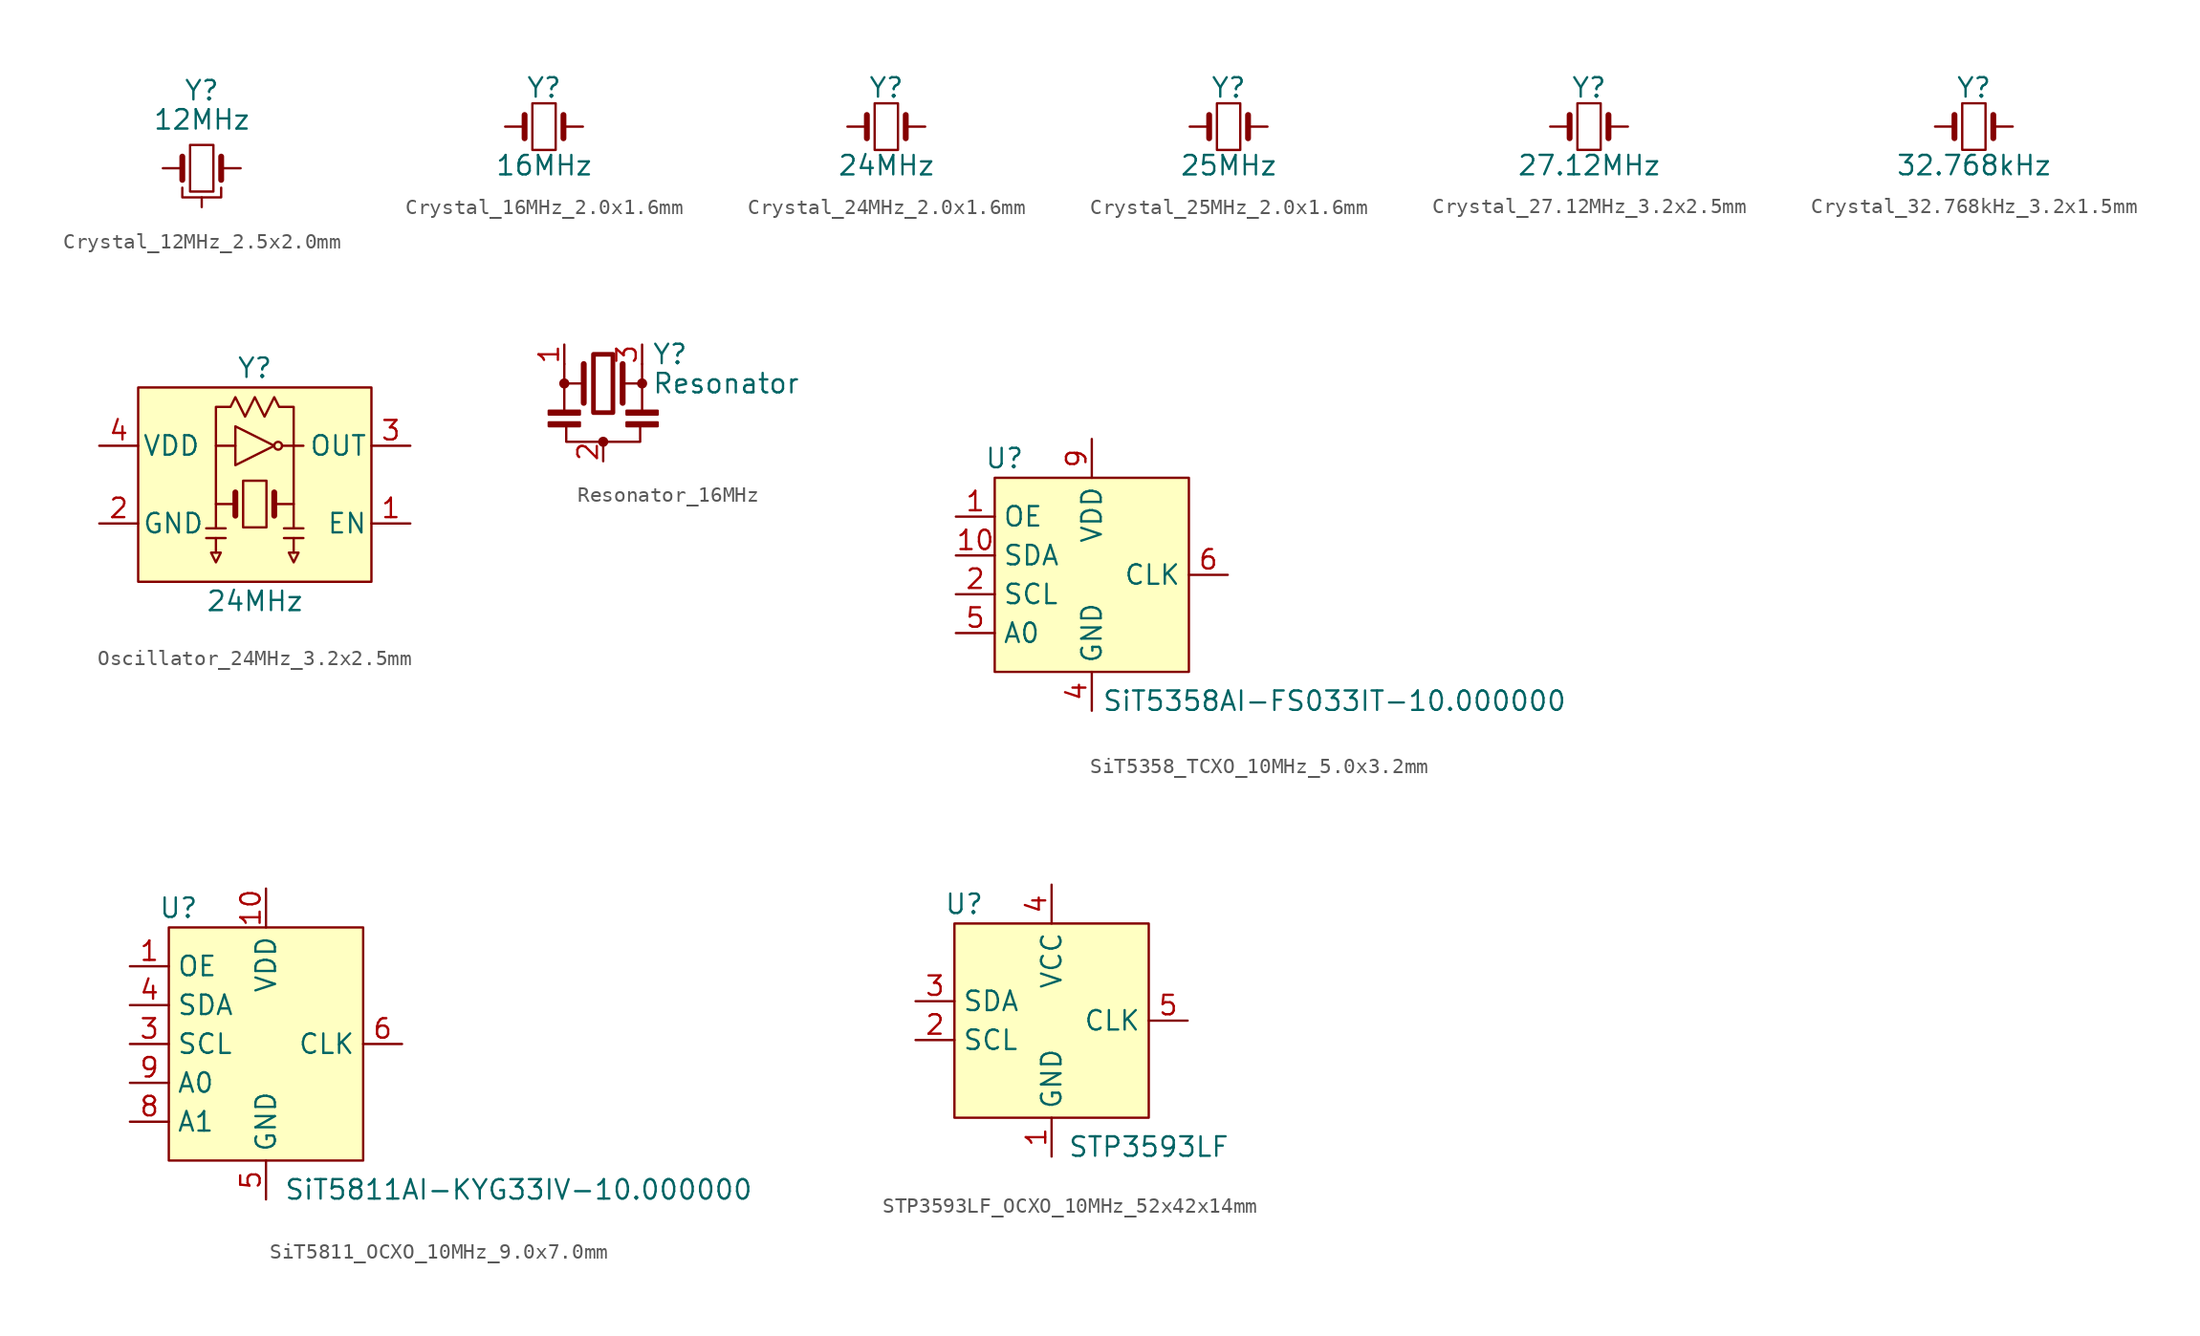
<source format=kicad_sym>
(kicad_symbol_lib
  (version 20241209)
  (generator "kicad_symbol_editor")
  (generator_version "9.0")
  (symbol "Crystal_12MHz_2.5x2.0mm"
    (pin_numbers
      (hide yes))
    (pin_names
      (offset 1.016)
      (hide yes))
    (property "Reference" "Y"
      (at 0 5.08 0)
      (effects (font (size 1.27 1.27))))
    (property "Value" "12MHz"
      (at 0 3.175 0)
      (effects (font (size 1.27 1.27))))
    (symbol "Crystal_12MHz_2.5x2.0mm_0_1"
      (polyline (pts (xy -1.27 -0.762) (xy -1.27 0.762)) (stroke (width 0.381) (type default)) (fill (type none)))
      (polyline (pts (xy -1.27 -1.27) (xy -1.27 -1.905) (xy 1.27 -1.905) (xy 1.27 -1.27)) (stroke (width 0) (type default)) (fill (type none)))
      (rectangle (start -0.762 1.524) (end 0.762 -1.524) (stroke (width 0) (type default)) (fill (type none)))
      (polyline (pts (xy 1.27 -0.762) (xy 1.27 0.762)) (stroke (width 0.381) (type default)) (fill (type none))))
    (symbol "Crystal_12MHz_2.5x2.0mm_1_1"
      (pin passive line (at -2.54 0 0) (length 1.27) (name "1" (effects (font (size 1.27 1.27)))) (number "1" (effects (font (size 0.762 0.762)))))
      (pin passive line (at 0 -2.54 90) (length 0.635) (name "2" (effects (font (size 1.27 1.27)))) (number "2" (effects (font (size 0.762 0.762)))))
      (pin passive line (at 0 -2.54 90) (length 0.635) (hide yes) (name "4" (effects (font (size 1.27 1.27)))) (number "4" (effects (font (size 0.762 0.762)))))
      (pin passive line (at 2.54 0 180) (length 1.27) (name "3" (effects (font (size 1.27 1.27)))) (number "3" (effects (font (size 0.762 0.762)))))))
  (symbol "Crystal_16MHz_2.0x1.6mm"
    (pin_numbers
      (hide yes))
    (pin_names
      (offset 1.016)
      (hide yes))
    (property "Reference" "Y"
      (at 0 2.54 0)
      (effects (font (size 1.27 1.27))))
    (property "Value" "16MHz"
      (at 0 -2.54 0)
      (effects (font (size 1.27 1.27))))
    (symbol "Crystal_16MHz_2.0x1.6mm_0_1"
      (polyline (pts (xy -1.27 -0.762) (xy -1.27 0.762)) (stroke (width 0.381) (type default)) (fill (type none)))
      (rectangle (start -0.762 -1.524) (end 0.762 1.524) (stroke (width 0) (type default)) (fill (type none)))
      (polyline (pts (xy 1.27 -0.762) (xy 1.27 0.762)) (stroke (width 0.381) (type default)) (fill (type none))))
    (symbol "Crystal_16MHz_2.0x1.6mm_1_1"
      (pin no_connect line (at -2.54 2.54 0) (length 1.27) (hide yes) (name "NC1" (effects (font (size 1.27 1.27)))) (number "NC1" (effects (font (size 1.27 1.27)))))
      (pin passive line (at -2.54 0 0) (length 1.27) (name "1" (effects (font (size 1.27 1.27)))) (number "1" (effects (font (size 1.27 1.27)))))
      (pin no_connect line (at 2.54 2.54 180) (length 1.27) (hide yes) (name "NC2" (effects (font (size 1.27 1.27)))) (number "NC2" (effects (font (size 1.27 1.27)))))
      (pin passive line (at 2.54 0 180) (length 1.27) (name "2" (effects (font (size 1.27 1.27)))) (number "2" (effects (font (size 1.27 1.27)))))))
  (symbol "Crystal_24MHz_2.0x1.6mm"
    (pin_numbers
      (hide yes))
    (pin_names
      (offset 1.016)
      (hide yes))
    (property "Reference" "Y"
      (at 0 2.54 0)
      (effects (font (size 1.27 1.27))))
    (property "Value" "24MHz"
      (at 0 -2.54 0)
      (effects (font (size 1.27 1.27))))
    (symbol "Crystal_24MHz_2.0x1.6mm_0_1"
      (polyline (pts (xy -1.27 -0.762) (xy -1.27 0.762)) (stroke (width 0.381) (type default)) (fill (type none)))
      (rectangle (start -0.762 -1.524) (end 0.762 1.524) (stroke (width 0) (type default)) (fill (type none)))
      (polyline (pts (xy 1.27 -0.762) (xy 1.27 0.762)) (stroke (width 0.381) (type default)) (fill (type none))))
    (symbol "Crystal_24MHz_2.0x1.6mm_1_1"
      (pin no_connect line (at -2.54 2.54 0) (length 1.27) (hide yes) (name "NC1" (effects (font (size 1.27 1.27)))) (number "NC1" (effects (font (size 1.27 1.27)))))
      (pin passive line (at -2.54 0 0) (length 1.27) (name "1" (effects (font (size 1.27 1.27)))) (number "1" (effects (font (size 1.27 1.27)))))
      (pin no_connect line (at 2.54 2.54 180) (length 1.27) (hide yes) (name "NC2" (effects (font (size 1.27 1.27)))) (number "NC2" (effects (font (size 1.27 1.27)))))
      (pin passive line (at 2.54 0 180) (length 1.27) (name "2" (effects (font (size 1.27 1.27)))) (number "2" (effects (font (size 1.27 1.27)))))))
  (symbol "Crystal_25MHz_2.0x1.6mm"
    (pin_numbers
      (hide yes))
    (pin_names
      (offset 1.016)
      (hide yes))
    (property "Reference" "Y"
      (at 0 2.54 0)
      (effects (font (size 1.27 1.27))))
    (property "Value" "25MHz"
      (at 0 -2.54 0)
      (effects (font (size 1.27 1.27))))
    (symbol "Crystal_25MHz_2.0x1.6mm_0_1"
      (polyline (pts (xy -1.27 -0.762) (xy -1.27 0.762)) (stroke (width 0.381) (type default)) (fill (type none)))
      (rectangle (start -0.762 -1.524) (end 0.762 1.524) (stroke (width 0) (type default)) (fill (type none)))
      (polyline (pts (xy 1.27 -0.762) (xy 1.27 0.762)) (stroke (width 0.381) (type default)) (fill (type none))))
    (symbol "Crystal_25MHz_2.0x1.6mm_1_1"
      (pin no_connect line (at -2.54 2.54 0) (length 1.27) (hide yes) (name "NC1" (effects (font (size 1.27 1.27)))) (number "NC1" (effects (font (size 1.27 1.27)))))
      (pin passive line (at -2.54 0 0) (length 1.27) (name "1" (effects (font (size 1.27 1.27)))) (number "1" (effects (font (size 1.27 1.27)))))
      (pin no_connect line (at 2.54 2.54 180) (length 1.27) (hide yes) (name "NC2" (effects (font (size 1.27 1.27)))) (number "NC2" (effects (font (size 1.27 1.27)))))
      (pin passive line (at 2.54 0 180) (length 1.27) (name "2" (effects (font (size 1.27 1.27)))) (number "2" (effects (font (size 1.27 1.27)))))))
  (symbol "Crystal_27.12MHz_3.2x2.5mm"
    (pin_numbers
      (hide yes))
    (pin_names
      (offset 1.016)
      (hide yes))
    (property "Reference" "Y"
      (at 0 2.54 0)
      (effects (font (size 1.27 1.27))))
    (property "Value" "27.12MHz"
      (at 0 -2.54 0)
      (effects (font (size 1.27 1.27))))
    (symbol "Crystal_27.12MHz_3.2x2.5mm_0_1"
      (polyline (pts (xy -1.27 -0.762) (xy -1.27 0.762)) (stroke (width 0.381) (type default)) (fill (type none)))
      (rectangle (start -0.762 -1.524) (end 0.762 1.524) (stroke (width 0) (type default)) (fill (type none)))
      (polyline (pts (xy 1.27 -0.762) (xy 1.27 0.762)) (stroke (width 0.381) (type default)) (fill (type none))))
    (symbol "Crystal_27.12MHz_3.2x2.5mm_1_1"
      (pin passive line (at -2.54 0 0) (length 1.27) (name "1" (effects (font (size 1.27 1.27)))) (number "1" (effects (font (size 1.27 1.27)))))
      (pin passive line (at 2.54 0 180) (length 1.27) (name "2" (effects (font (size 1.27 1.27)))) (number "2" (effects (font (size 1.27 1.27)))))))
  (symbol "Crystal_32.768kHz_3.2x1.5mm"
    (pin_numbers
      (hide yes))
    (pin_names
      (offset 1.016)
      (hide yes))
    (property "Reference" "Y"
      (at 0 2.54 0)
      (effects (font (size 1.27 1.27))))
    (property "Value" "32.768kHz"
      (at 0 -2.54 0)
      (effects (font (size 1.27 1.27))))
    (symbol "Crystal_32.768kHz_3.2x1.5mm_0_1"
      (polyline (pts (xy -1.27 -0.762) (xy -1.27 0.762)) (stroke (width 0.381) (type default)) (fill (type none)))
      (rectangle (start -0.762 -1.524) (end 0.762 1.524) (stroke (width 0) (type default)) (fill (type none)))
      (polyline (pts (xy 1.27 -0.762) (xy 1.27 0.762)) (stroke (width 0.381) (type default)) (fill (type none))))
    (symbol "Crystal_32.768kHz_3.2x1.5mm_1_1"
      (pin passive line (at -2.54 0 0) (length 1.27) (name "1" (effects (font (size 1.27 1.27)))) (number "1" (effects (font (size 1.27 1.27)))))
      (pin passive line (at 2.54 0 180) (length 1.27) (name "2" (effects (font (size 1.27 1.27)))) (number "2" (effects (font (size 1.27 1.27)))))))
  (symbol "Oscillator_24MHz_3.2x2.5mm"
    (pin_names
      (offset 0.254))
    (property "Reference" "Y"
      (at 0 7.62 0)
      (effects (font (size 1.27 1.27))))
    (property "Value" "24MHz"
      (at 0 -7.62 0)
      (effects (font (size 1.27 1.27))))
    (symbol "Oscillator_24MHz_3.2x2.5mm_0_1"
      (polyline (pts (xy -3.175 -2.857) (xy -1.905 -2.857)) (stroke (width 0) (type default)) (fill (type none)))
      (polyline (pts (xy -2.857 -4.445) (xy -2.223 -4.445) (xy -2.54 -5.08) (xy -2.857 -4.445)) (stroke (width 0) (type default)) (fill (type none)))
      (polyline (pts (xy -2.54 2.54) (xy -2.54 5.08) (xy -1.587 5.08) (xy -1.27 5.715) (xy -0.635 4.445) (xy 0 5.715) (xy 0.635 4.445) (xy 1.27 5.715) (xy 1.587 5.08) (xy 2.54 5.08) (xy 2.54 2.54)) (stroke (width 0) (type default)) (fill (type none)))
      (polyline (pts (xy -2.54 -1.27) (xy -2.54 -2.857)) (stroke (width 0) (type default)) (fill (type none)))
      (polyline (pts (xy -2.54 -4.445) (xy -2.54 -3.493)) (stroke (width 0) (type default)) (fill (type none)))
      (polyline (pts (xy -1.905 -3.493) (xy -3.175 -3.493)) (stroke (width 0) (type default)) (fill (type none)))
      (polyline (pts (xy -1.27 1.27) (xy -1.27 3.81) (xy 1.27 2.54) (xy -1.27 1.27)) (stroke (width 0) (type default)) (fill (type none)))
      (polyline (pts (xy -1.27 -1.27) (xy -2.54 -1.27) (xy -2.54 2.54) (xy -1.27 2.54)) (stroke (width 0) (type default)) (fill (type none)))
      (polyline (pts (xy -1.27 -2.032) (xy -1.27 -0.508)) (stroke (width 0.381) (type default)) (fill (type none)))
      (rectangle (start -0.762 0.254) (end 0.762 -2.794) (stroke (width 0) (type default)) (fill (type none)))
      (polyline (pts (xy 1.27 -2.032) (xy 1.27 -0.508)) (stroke (width 0.381) (type default)) (fill (type none)))
      (circle (center 1.524 2.54) (radius 0.254) (stroke (width 0) (type default)) (fill (type none)))
      (polyline (pts (xy 1.778 2.54) (xy 2.54 2.54) (xy 2.54 -1.27) (xy 1.27 -1.27)) (stroke (width 0) (type default)) (fill (type none)))
      (polyline (pts (xy 1.905 -2.857) (xy 3.175 -2.857)) (stroke (width 0) (type default)) (fill (type none)))
      (polyline (pts (xy 2.223 -4.445) (xy 2.857 -4.445) (xy 2.54 -5.08) (xy 2.223 -4.445)) (stroke (width 0) (type default)) (fill (type none)))
      (polyline (pts (xy 2.54 2.54) (xy 3.175 2.54)) (stroke (width 0) (type default)) (fill (type none)))
      (polyline (pts (xy 2.54 -1.27) (xy 2.54 -2.857)) (stroke (width 0) (type default)) (fill (type none)))
      (polyline (pts (xy 2.54 -4.445) (xy 2.54 -3.493)) (stroke (width 0) (type default)) (fill (type none)))
      (polyline (pts (xy 3.175 -3.493) (xy 1.905 -3.493)) (stroke (width 0) (type default)) (fill (type none))))
    (symbol "Oscillator_24MHz_3.2x2.5mm_1_1"
      (rectangle (start -7.62 6.35) (end 7.62 -6.35) (stroke (width 0) (type default)) (fill (type background)))
      (pin passive line (at -10.16 2.54 0) (length 2.54) (name "VDD" (effects (font (size 1.27 1.27)))) (number "4" (effects (font (size 1.27 1.27)))))
      (pin passive line (at -10.16 -2.54 0) (length 2.54) (name "GND" (effects (font (size 1.27 1.27)))) (number "2" (effects (font (size 1.27 1.27)))))
      (pin passive line (at 10.16 2.54 180) (length 2.54) (name "OUT" (effects (font (size 1.27 1.27)))) (number "3" (effects (font (size 1.27 1.27)))))
      (pin passive line (at 10.16 -2.54 180) (length 2.54) (name "EN" (effects (font (size 1.27 1.27)))) (number "1" (effects (font (size 1.27 1.27)))))))
  (symbol "Resonator_16MHz"
    (pin_names
      (offset 1.016)
      (hide yes))
    (property "Reference" "Y"
      (at 3.175 1.905 0)
      (effects (font (size 1.27 1.27)) (justify left)))
    (property "Value" "Resonator"
      (at 3.175 0 0)
      (effects (font (size 1.27 1.27)) (justify left)))
    (symbol "Resonator_16MHz_0_1"
      (rectangle (start -3.556 -1.778) (end -1.524 -2.032) (stroke (width 0) (type default)) (fill (type outline)))
      (rectangle (start -3.556 -2.54) (end -1.524 -2.794) (stroke (width 0) (type default)) (fill (type outline)))
      (polyline (pts (xy -2.54 1.27) (xy -2.54 0)) (stroke (width 0) (type default)) (fill (type none)))
      (circle (center -2.54 0) (radius 0.254) (stroke (width 0) (type default)) (fill (type outline)))
      (polyline (pts (xy -2.54 0) (xy -1.397 0)) (stroke (width 0) (type default)) (fill (type none)))
      (polyline (pts (xy -2.54 -1.778) (xy -2.54 0)) (stroke (width 0) (type default)) (fill (type none)))
      (polyline (pts (xy -1.27 -1.27) (xy -1.27 1.27)) (stroke (width 0.381) (type default)) (fill (type none)))
      (rectangle (start -0.635 1.905) (end 0.635 -1.905) (stroke (width 0.305) (type default)) (fill (type none)))
      (circle (center 0 -3.81) (radius 0.254) (stroke (width 0) (type default)) (fill (type outline)))
      (polyline (pts (xy 1.27 0) (xy 2.54 0)) (stroke (width 0) (type default)) (fill (type none)))
      (polyline (pts (xy 1.27 -1.27) (xy 1.27 1.27)) (stroke (width 0.381) (type default)) (fill (type none)))
      (rectangle (start 1.524 -1.778) (end 3.556 -2.032) (stroke (width 0) (type default)) (fill (type outline)))
      (rectangle (start 1.524 -2.54) (end 3.556 -2.794) (stroke (width 0) (type default)) (fill (type outline)))
      (polyline (pts (xy 2.413 -2.794) (xy 2.413 -3.81) (xy -2.413 -3.81) (xy -2.413 -2.667)) (stroke (width 0) (type default)) (fill (type none)))
      (polyline (pts (xy 2.54 1.27) (xy 2.54 0)) (stroke (width 0) (type default)) (fill (type none)))
      (polyline (pts (xy 2.54 0) (xy 2.54 -1.778)) (stroke (width 0) (type default)) (fill (type none)))
      (circle (center 2.54 0) (radius 0.254) (stroke (width 0) (type default)) (fill (type outline))))
    (symbol "Resonator_16MHz_1_1"
      (pin passive line (at -2.54 2.54 270) (length 1.27) (name "1" (effects (font (size 1.27 1.27)))) (number "1" (effects (font (size 1.27 1.27)))))
      (pin passive line (at 0 -5.08 90) (length 1.27) (name "2" (effects (font (size 1.27 1.27)))) (number "2" (effects (font (size 1.27 1.27)))))
      (pin passive line (at 2.54 2.54 270) (length 1.27) (name "3" (effects (font (size 1.27 1.27)))) (number "3" (effects (font (size 1.27 1.27)))))))
  (symbol "SiT5358_TCXO_10MHz_5.0x3.2mm"
    (property "Reference" "U"
      (at -5.715 7.62 0)
      (effects (font (size 1.27 1.27))))
    (property "Value" "SiT5358AI-FS033IT-10.000000"
      (at 15.875 -8.255 0)
      (effects (font (size 1.27 1.27))))
    (symbol "SiT5358_TCXO_10MHz_5.0x3.2mm_1_1"
      (rectangle (start -6.35 6.35) (end 6.35 -6.35) (stroke (width 0) (type default)) (fill (type background)))
      (pin input line (at -8.89 3.81 0) (length 2.54) (name "OE" (effects (font (size 1.27 1.27)))) (number "1" (effects (font (size 1.27 1.27)))))
      (pin bidirectional line (at -8.89 1.27 0) (length 2.54) (name "SDA" (effects (font (size 1.27 1.27)))) (number "10" (effects (font (size 1.27 1.27)))))
      (pin bidirectional line (at -8.89 -1.27 0) (length 2.54) (name "SCL" (effects (font (size 1.27 1.27)))) (number "2" (effects (font (size 1.27 1.27)))))
      (pin input line (at -8.89 -3.81 0) (length 2.54) (name "A0" (effects (font (size 1.27 1.27)))) (number "5" (effects (font (size 1.27 1.27)))))
      (pin no_connect line (at -8.255 13.97 0) (length 2.54) (hide yes) (name "NC" (effects (font (size 1.27 1.27)))) (number "8" (effects (font (size 1.27 1.27)))))
      (pin no_connect line (at -8.255 11.43 0) (length 2.54) (hide yes) (name "NC" (effects (font (size 1.27 1.27)))) (number "7" (effects (font (size 1.27 1.27)))))
      (pin no_connect line (at -8.255 8.89 0) (length 2.54) (hide yes) (name "NC" (effects (font (size 1.27 1.27)))) (number "3" (effects (font (size 1.27 1.27)))))
      (pin power_in line (at 0 8.89 270) (length 2.54) (name "VDD" (effects (font (size 1.27 1.27)))) (number "9" (effects (font (size 1.27 1.27)))))
      (pin power_in line (at 0 -8.89 90) (length 2.54) (name "GND" (effects (font (size 1.27 1.27)))) (number "4" (effects (font (size 1.27 1.27)))))
      (pin output line (at 8.89 0 180) (length 2.54) (name "CLK" (effects (font (size 1.27 1.27)))) (number "6" (effects (font (size 1.27 1.27)))))))
  (symbol "SiT5811_OCXO_10MHz_9.0x7.0mm"
    (property "Reference" "U"
      (at -5.715 8.89 0)
      (effects (font (size 1.27 1.27))))
    (property "Value" "SiT5811AI-KYG33IV-10.000000"
      (at 16.51 -9.525 0)
      (effects (font (size 1.27 1.27))))
    (symbol "SiT5811_OCXO_10MHz_9.0x7.0mm_1_0"
      (pin power_in line (at 0 -10.16 90) (length 2.54) (hide yes) (name "GND" (effects (font (size 1.27 1.27)))) (number "11" (effects (font (size 1.27 1.27))))))
    (symbol "SiT5811_OCXO_10MHz_9.0x7.0mm_1_1"
      (rectangle (start -6.35 7.62) (end 6.35 -7.62) (stroke (width 0) (type default)) (fill (type background)))
      (pin input line (at -8.89 5.08 0) (length 2.54) (name "OE" (effects (font (size 1.27 1.27)))) (number "1" (effects (font (size 1.27 1.27)))))
      (pin bidirectional line (at -8.89 2.54 0) (length 2.54) (name "SDA" (effects (font (size 1.27 1.27)))) (number "4" (effects (font (size 1.27 1.27)))))
      (pin bidirectional line (at -8.89 0 0) (length 2.54) (name "SCL" (effects (font (size 1.27 1.27)))) (number "3" (effects (font (size 1.27 1.27)))))
      (pin input line (at -8.89 -2.54 0) (length 2.54) (name "A0" (effects (font (size 1.27 1.27)))) (number "9" (effects (font (size 1.27 1.27)))))
      (pin input line (at -8.89 -5.08 0) (length 2.54) (name "A1" (effects (font (size 1.27 1.27)))) (number "8" (effects (font (size 1.27 1.27)))))
      (pin power_in line (at 0 10.16 270) (length 2.54) (name "VDD" (effects (font (size 1.27 1.27)))) (number "10" (effects (font (size 1.27 1.27)))))
      (pin power_in line (at 0 -10.16 90) (length 2.54) (name "GND" (effects (font (size 1.27 1.27)))) (number "5" (effects (font (size 1.27 1.27)))))
      (pin no_connect non_logic (at 8.89 3.81 180) (length 2.54) (hide yes) (name "NC" (effects (font (size 1.27 1.27)))) (number "2" (effects (font (size 1.27 1.27)))))
      (pin output line (at 8.89 0 180) (length 2.54) (name "CLK" (effects (font (size 1.27 1.27)))) (number "6" (effects (font (size 1.27 1.27)))))
      (pin no_connect line (at 8.89 -3.81 180) (length 2.54) (hide yes) (name "NC" (effects (font (size 1.27 1.27)))) (number "7" (effects (font (size 1.27 1.27)))))))
  (symbol "STP3593LF_OCXO_10MHz_52x42x14mm"
    (property "Reference" "U"
      (at -5.715 7.62 0)
      (effects (font (size 1.27 1.27))))
    (property "Value" "STP3593LF"
      (at 6.35 -8.255 0)
      (effects (font (size 1.27 1.27))))
    (symbol "STP3593LF_OCXO_10MHz_52x42x14mm_1_1"
      (rectangle (start -6.35 6.35) (end 6.35 -6.35) (stroke (width 0) (type default)) (fill (type background)))
      (pin bidirectional line (at -8.89 1.27 0) (length 2.54) (name "SDA" (effects (font (size 1.27 1.27)))) (number "3" (effects (font (size 1.27 1.27)))))
      (pin bidirectional line (at -8.89 -1.27 0) (length 2.54) (name "SCL" (effects (font (size 1.27 1.27)))) (number "2" (effects (font (size 1.27 1.27)))))
      (pin power_in line (at 0 8.89 270) (length 2.54) (name "VCC" (effects (font (size 1.27 1.27)))) (number "4" (effects (font (size 1.27 1.27)))))
      (pin power_in line (at 0 -8.89 90) (length 2.54) (name "GND" (effects (font (size 1.27 1.27)))) (number "1" (effects (font (size 1.27 1.27)))))
      (pin output line (at 8.89 0 180) (length 2.54) (name "CLK" (effects (font (size 1.27 1.27)))) (number "5" (effects (font (size 1.27 1.27))))))))
</source>
